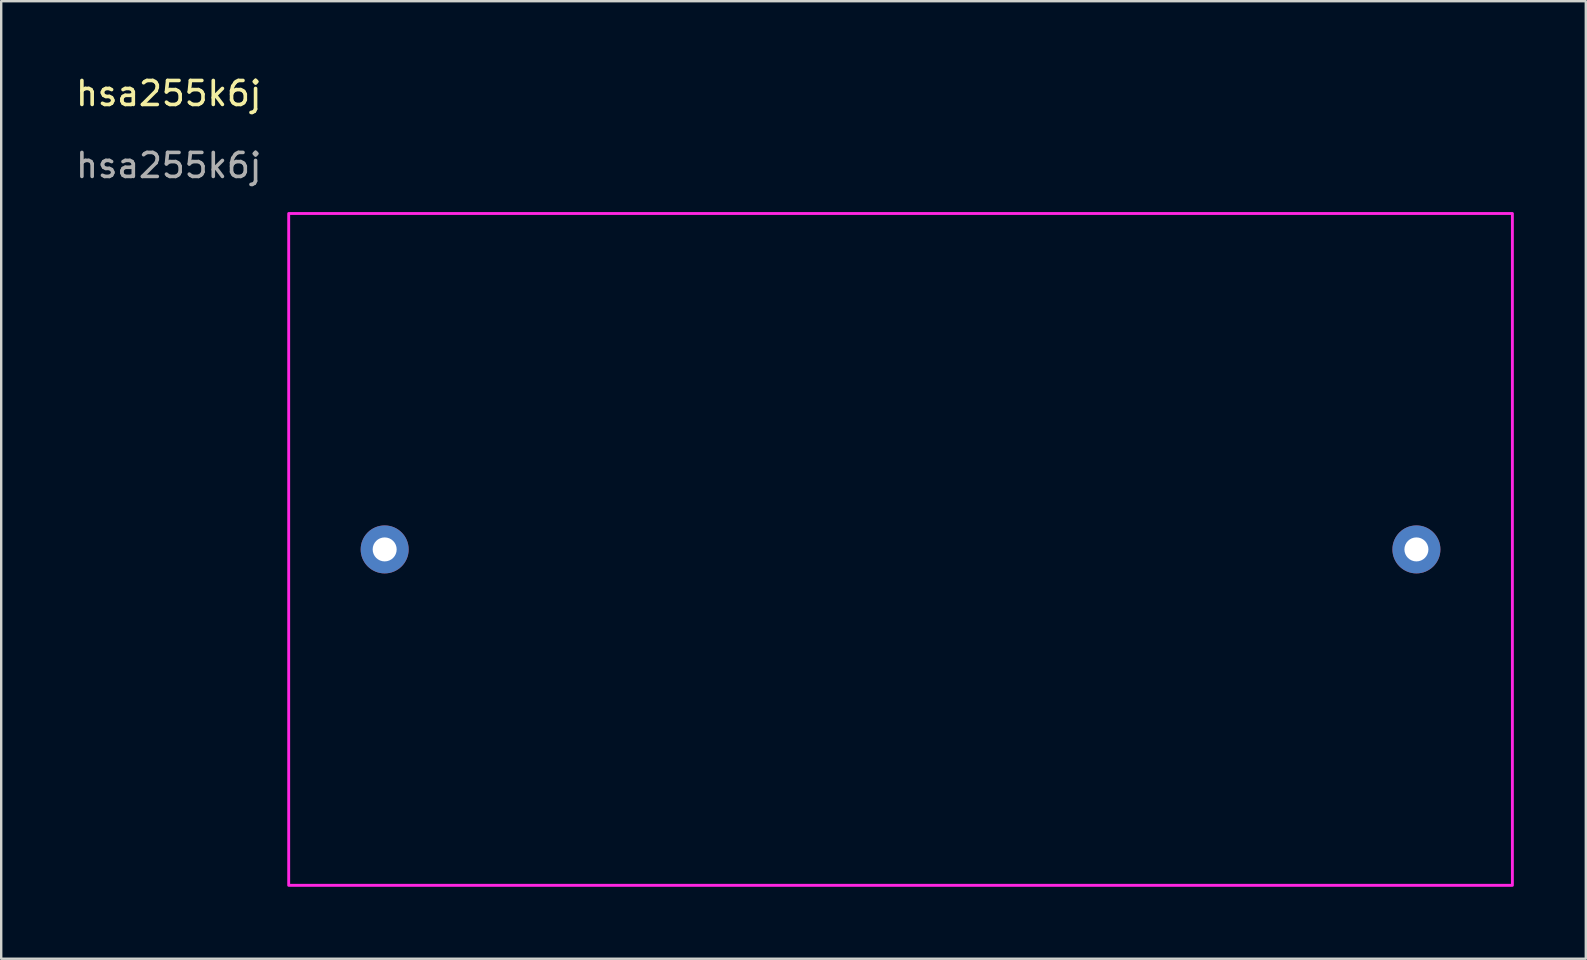
<source format=kicad_pcb>
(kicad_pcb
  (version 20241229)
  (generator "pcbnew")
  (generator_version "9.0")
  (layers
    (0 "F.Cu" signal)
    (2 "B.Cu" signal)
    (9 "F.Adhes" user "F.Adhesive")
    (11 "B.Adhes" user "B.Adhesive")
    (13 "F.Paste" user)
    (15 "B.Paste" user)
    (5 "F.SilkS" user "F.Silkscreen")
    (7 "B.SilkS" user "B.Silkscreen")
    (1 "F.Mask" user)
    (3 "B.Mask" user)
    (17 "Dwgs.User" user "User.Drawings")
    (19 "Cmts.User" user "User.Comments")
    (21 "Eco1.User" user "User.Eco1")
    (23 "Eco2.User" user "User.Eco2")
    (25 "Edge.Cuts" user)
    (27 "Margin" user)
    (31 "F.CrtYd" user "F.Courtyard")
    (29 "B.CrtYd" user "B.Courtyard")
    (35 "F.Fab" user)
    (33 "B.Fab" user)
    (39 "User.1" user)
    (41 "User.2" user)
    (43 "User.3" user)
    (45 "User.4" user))
  (footprint "hsa255k6j"
    (layer "F.Cu")
    (at 8.982 5.848)
    (property "Reference" "hsa255k6j" (at -5 -5 0) (unlocked yes) (layer "F.SilkS") (effects (font (size 1 1) (thickness 0.15))))
    (attr through_hole)
    (fp_rect (start 0 0) (end 51 28) (stroke (width 0.12) (type solid)) (fill no) (layer "F.CrtYd"))
    (fp_text user "${REFERENCE}" (at -5 -2 0) (unlocked yes) (layer "F.Fab") (effects (font (size 1 1) (thickness 0.15))))
    (pad "1" thru_hole circle (at 4 14) (size 2 2) (drill 1) (layers "*.Cu" "*.Mask"))
    (pad "2" thru_hole circle (at 47 14) (size 2 2) (drill 1) (layers "*.Cu" "*.Mask")))
  (gr_rect
    (start -3 -3)
    (end 63.042 36.908)
    (stroke (width 0.1) (type default))
    (fill no)
    (layer "Edge.Cuts")))
</source>
